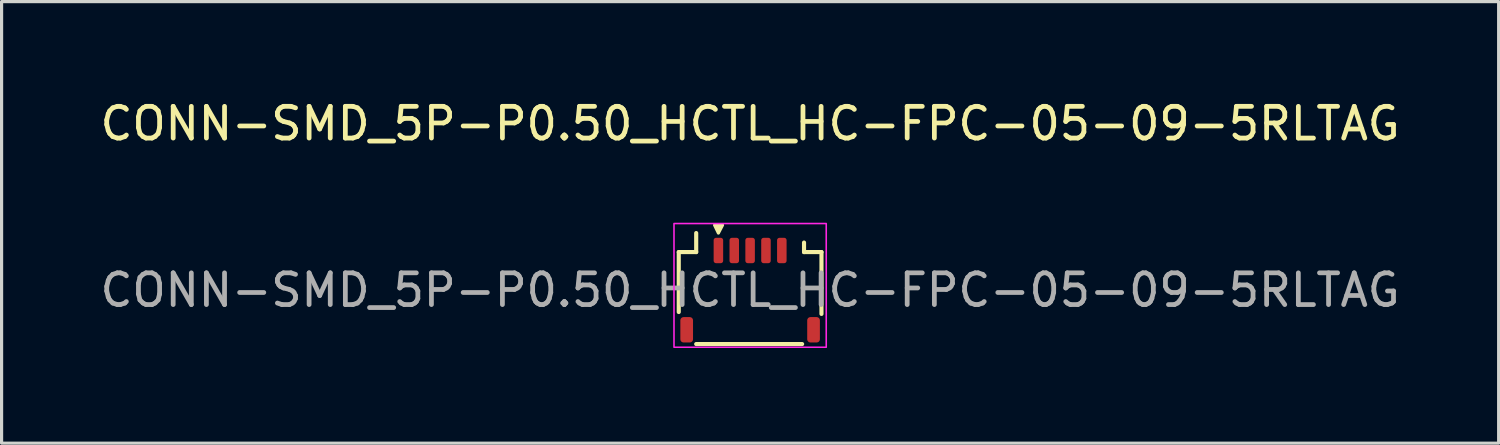
<source format=kicad_pcb>
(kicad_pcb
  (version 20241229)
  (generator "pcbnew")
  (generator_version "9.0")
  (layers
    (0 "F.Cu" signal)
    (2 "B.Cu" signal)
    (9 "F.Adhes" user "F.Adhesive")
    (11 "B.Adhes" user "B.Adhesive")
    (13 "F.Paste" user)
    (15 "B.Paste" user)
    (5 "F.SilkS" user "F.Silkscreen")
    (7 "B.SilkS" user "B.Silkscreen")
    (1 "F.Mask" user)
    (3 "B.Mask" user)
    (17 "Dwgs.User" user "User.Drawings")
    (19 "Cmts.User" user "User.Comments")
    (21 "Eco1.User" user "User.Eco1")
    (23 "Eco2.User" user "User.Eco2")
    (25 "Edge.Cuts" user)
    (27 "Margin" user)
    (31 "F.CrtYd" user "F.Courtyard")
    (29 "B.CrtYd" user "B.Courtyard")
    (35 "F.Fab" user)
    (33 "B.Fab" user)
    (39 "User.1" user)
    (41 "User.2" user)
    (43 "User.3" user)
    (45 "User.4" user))
  (footprint "CONN-SMD_5P-P0.50_HCTL_HC-FPC-05-09-5RLTAG"
    (layer "F.Cu")
    (at 20.601 6.098)
    (property "Reference" "CONN-SMD_5P-P0.50_HCTL_HC-FPC-05-09-5RLTAG" (at 0 -5.25 0) (layer "F.SilkS") (effects (font (size 1 1) (thickness 0.15))))
    (attr smd)
    (fp_line (start -2.25 -1.2) (end -2.25 0.69) (stroke (width 0.13) (type solid)) (layer "F.SilkS"))
    (fp_line (start -1.7 -1.8) (end -1.7 -1.2) (stroke (width 0.13) (type solid)) (layer "F.SilkS"))
    (fp_line (start -1.7 -1.2) (end -2.25 -1.2) (stroke (width 0.13) (type solid)) (layer "F.SilkS"))
    (fp_line (start -1.7 1.7) (end 1.64 1.7) (stroke (width 0.13) (type solid)) (layer "F.SilkS"))
    (fp_line (start 1.7 -1.2) (end 1.7 -1.5) (stroke (width 0.13) (type solid)) (layer "F.SilkS"))
    (fp_line (start 2.25 -1.2) (end 1.7 -1.2) (stroke (width 0.13) (type solid)) (layer "F.SilkS"))
    (fp_line (start 2.25 0.75) (end 2.25 -1.2) (stroke (width 0.13) (type solid)) (layer "F.SilkS"))
    (fp_poly (pts (xy -1 -1.8) (xy -1.12 -2.05) (xy -0.87 -2.05)) (stroke (width 0.1) (type solid)) (fill yes) (layer "F.SilkS"))
    (fp_rect (start -2.4 -2.1) (end 2.4 1.8) (stroke (width 0.05) (type default)) (fill no) (layer "F.CrtYd"))
    (fp_text user "${REFERENCE}" (at 0 0 0) (layer "F.Fab") (effects (font (size 1 1) (thickness 0.15))))
    (pad "1" smd roundrect (at -1 -1.25) (size 0.3 0.8) (layers "F.Cu" "F.Mask" "F.Paste") (roundrect_rratio 0.25))
    (pad "2" smd roundrect (at -0.5 -1.25) (size 0.3 0.8) (layers "F.Cu" "F.Mask" "F.Paste") (roundrect_rratio 0.25))
    (pad "3" smd roundrect (at 0 -1.25) (size 0.3 0.8) (layers "F.Cu" "F.Mask" "F.Paste") (roundrect_rratio 0.25))
    (pad "4" smd roundrect (at 0.5 -1.25) (size 0.3 0.8) (layers "F.Cu" "F.Mask" "F.Paste") (roundrect_rratio 0.25))
    (pad "5" smd roundrect (at 1 -1.25) (size 0.3 0.8) (layers "F.Cu" "F.Mask" "F.Paste") (roundrect_rratio 0.25))
    (pad "MP" smd roundrect (at -2 1.25) (size 0.4 0.8) (layers "F.Cu" "F.Mask" "F.Paste") (roundrect_rratio 0.25))
    (pad "MP" smd roundrect (at 2 1.25) (size 0.4 0.8) (layers "F.Cu" "F.Mask" "F.Paste") (roundrect_rratio 0.25)))
  (gr_rect
    (start -3 -3)
    (end 44.202 10.923)
    (stroke (width 0.1) (type default))
    (fill no)
    (layer "Edge.Cuts")))
</source>
